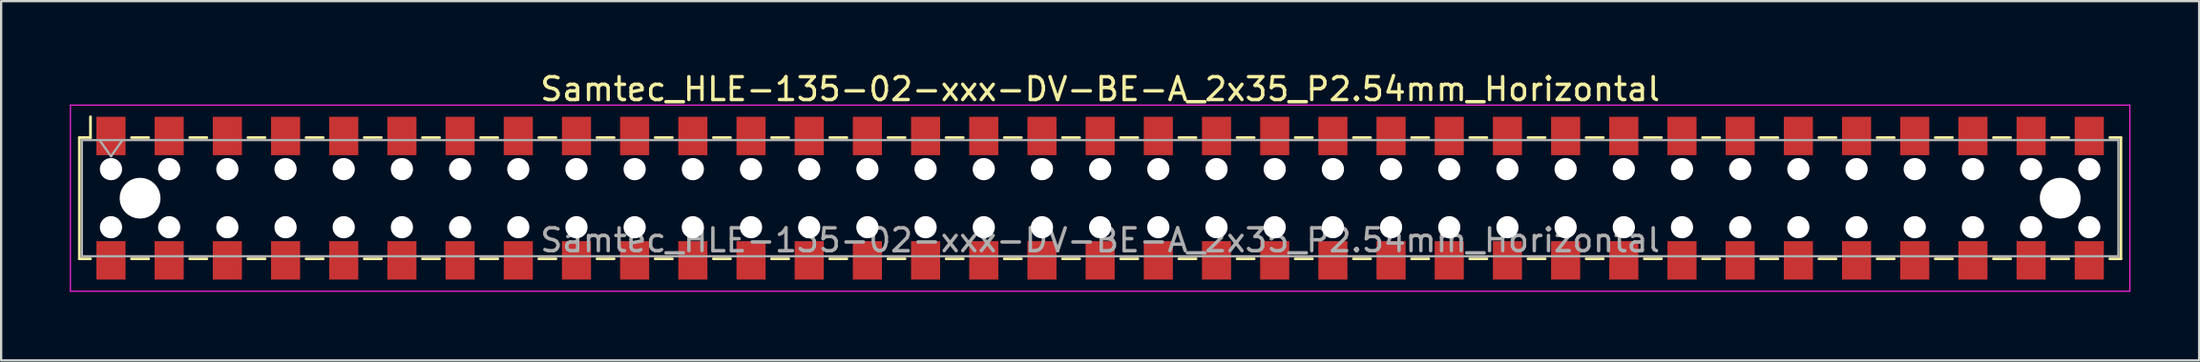
<source format=kicad_pcb>
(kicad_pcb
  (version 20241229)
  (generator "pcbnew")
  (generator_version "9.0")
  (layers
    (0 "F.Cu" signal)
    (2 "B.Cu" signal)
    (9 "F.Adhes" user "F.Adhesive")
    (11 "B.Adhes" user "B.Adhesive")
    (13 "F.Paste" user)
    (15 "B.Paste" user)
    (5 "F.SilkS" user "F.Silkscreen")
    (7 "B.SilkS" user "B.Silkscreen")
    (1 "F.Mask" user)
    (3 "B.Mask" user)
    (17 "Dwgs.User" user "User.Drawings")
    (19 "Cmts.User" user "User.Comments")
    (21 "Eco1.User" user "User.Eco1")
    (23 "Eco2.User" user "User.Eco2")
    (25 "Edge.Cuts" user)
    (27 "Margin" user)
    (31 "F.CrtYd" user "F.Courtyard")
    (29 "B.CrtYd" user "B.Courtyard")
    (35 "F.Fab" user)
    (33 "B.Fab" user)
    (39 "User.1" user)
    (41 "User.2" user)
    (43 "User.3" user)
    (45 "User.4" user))
  (footprint "Samtec_HLE-135-02-xxx-DV-BE-A_2x35_P2.54mm_Horizontal"
    (layer "F.Cu")
    (at 44.975 5.618)
    (property "Reference" "Samtec_HLE-135-02-xxx-DV-BE-A_2x35_P2.54mm_Horizontal" (at 0 -4.77 0) (layer "F.SilkS") (effects (font (size 1 1) (thickness 0.15))))
    (attr smd)
    (fp_line (start -44.56 -2.65) (end -44.56 2.65) (stroke (width 0.12) (type solid)) (layer "F.SilkS"))
    (fp_line (start -44.56 2.65) (end -44.075 2.65) (stroke (width 0.12) (type solid)) (layer "F.SilkS"))
    (fp_line (start -44.075 -3.56) (end -44.075 -2.65) (stroke (width 0.12) (type solid)) (layer "F.SilkS"))
    (fp_line (start -44.075 -2.65) (end -44.56 -2.65) (stroke (width 0.12) (type solid)) (layer "F.SilkS"))
    (fp_line (start -42.285 -2.65) (end -41.535 -2.65) (stroke (width 0.12) (type solid)) (layer "F.SilkS"))
    (fp_line (start -42.285 2.65) (end -41.535 2.65) (stroke (width 0.12) (type solid)) (layer "F.SilkS"))
    (fp_line (start -39.745 -2.65) (end -38.995 -2.65) (stroke (width 0.12) (type solid)) (layer "F.SilkS"))
    (fp_line (start -39.745 2.65) (end -38.995 2.65) (stroke (width 0.12) (type solid)) (layer "F.SilkS"))
    (fp_line (start -37.205 -2.65) (end -36.455 -2.65) (stroke (width 0.12) (type solid)) (layer "F.SilkS"))
    (fp_line (start -37.205 2.65) (end -36.455 2.65) (stroke (width 0.12) (type solid)) (layer "F.SilkS"))
    (fp_line (start -34.665 -2.65) (end -33.915 -2.65) (stroke (width 0.12) (type solid)) (layer "F.SilkS"))
    (fp_line (start -34.665 2.65) (end -33.915 2.65) (stroke (width 0.12) (type solid)) (layer "F.SilkS"))
    (fp_line (start -32.125 -2.65) (end -31.375 -2.65) (stroke (width 0.12) (type solid)) (layer "F.SilkS"))
    (fp_line (start -32.125 2.65) (end -31.375 2.65) (stroke (width 0.12) (type solid)) (layer "F.SilkS"))
    (fp_line (start -29.585 -2.65) (end -28.835 -2.65) (stroke (width 0.12) (type solid)) (layer "F.SilkS"))
    (fp_line (start -29.585 2.65) (end -28.835 2.65) (stroke (width 0.12) (type solid)) (layer "F.SilkS"))
    (fp_line (start -27.045 -2.65) (end -26.295 -2.65) (stroke (width 0.12) (type solid)) (layer "F.SilkS"))
    (fp_line (start -27.045 2.65) (end -26.295 2.65) (stroke (width 0.12) (type solid)) (layer "F.SilkS"))
    (fp_line (start -24.505 -2.65) (end -23.755 -2.65) (stroke (width 0.12) (type solid)) (layer "F.SilkS"))
    (fp_line (start -24.505 2.65) (end -23.755 2.65) (stroke (width 0.12) (type solid)) (layer "F.SilkS"))
    (fp_line (start -21.965 -2.65) (end -21.215 -2.65) (stroke (width 0.12) (type solid)) (layer "F.SilkS"))
    (fp_line (start -21.965 2.65) (end -21.215 2.65) (stroke (width 0.12) (type solid)) (layer "F.SilkS"))
    (fp_line (start -19.425 -2.65) (end -18.675 -2.65) (stroke (width 0.12) (type solid)) (layer "F.SilkS"))
    (fp_line (start -19.425 2.65) (end -18.675 2.65) (stroke (width 0.12) (type solid)) (layer "F.SilkS"))
    (fp_line (start -16.885 -2.65) (end -16.135 -2.65) (stroke (width 0.12) (type solid)) (layer "F.SilkS"))
    (fp_line (start -16.885 2.65) (end -16.135 2.65) (stroke (width 0.12) (type solid)) (layer "F.SilkS"))
    (fp_line (start -14.345 -2.65) (end -13.595 -2.65) (stroke (width 0.12) (type solid)) (layer "F.SilkS"))
    (fp_line (start -14.345 2.65) (end -13.595 2.65) (stroke (width 0.12) (type solid)) (layer "F.SilkS"))
    (fp_line (start -11.805 -2.65) (end -11.055 -2.65) (stroke (width 0.12) (type solid)) (layer "F.SilkS"))
    (fp_line (start -11.805 2.65) (end -11.055 2.65) (stroke (width 0.12) (type solid)) (layer "F.SilkS"))
    (fp_line (start -9.265 -2.65) (end -8.515 -2.65) (stroke (width 0.12) (type solid)) (layer "F.SilkS"))
    (fp_line (start -9.265 2.65) (end -8.515 2.65) (stroke (width 0.12) (type solid)) (layer "F.SilkS"))
    (fp_line (start -6.725 -2.65) (end -5.975 -2.65) (stroke (width 0.12) (type solid)) (layer "F.SilkS"))
    (fp_line (start -6.725 2.65) (end -5.975 2.65) (stroke (width 0.12) (type solid)) (layer "F.SilkS"))
    (fp_line (start -4.185 -2.65) (end -3.435 -2.65) (stroke (width 0.12) (type solid)) (layer "F.SilkS"))
    (fp_line (start -4.185 2.65) (end -3.435 2.65) (stroke (width 0.12) (type solid)) (layer "F.SilkS"))
    (fp_line (start -1.645 -2.65) (end -0.895 -2.65) (stroke (width 0.12) (type solid)) (layer "F.SilkS"))
    (fp_line (start -1.645 2.65) (end -0.895 2.65) (stroke (width 0.12) (type solid)) (layer "F.SilkS"))
    (fp_line (start 0.895 -2.65) (end 1.645 -2.65) (stroke (width 0.12) (type solid)) (layer "F.SilkS"))
    (fp_line (start 0.895 2.65) (end 1.645 2.65) (stroke (width 0.12) (type solid)) (layer "F.SilkS"))
    (fp_line (start 3.435 -2.65) (end 4.185 -2.65) (stroke (width 0.12) (type solid)) (layer "F.SilkS"))
    (fp_line (start 3.435 2.65) (end 4.185 2.65) (stroke (width 0.12) (type solid)) (layer "F.SilkS"))
    (fp_line (start 5.975 -2.65) (end 6.725 -2.65) (stroke (width 0.12) (type solid)) (layer "F.SilkS"))
    (fp_line (start 5.975 2.65) (end 6.725 2.65) (stroke (width 0.12) (type solid)) (layer "F.SilkS"))
    (fp_line (start 8.515 -2.65) (end 9.265 -2.65) (stroke (width 0.12) (type solid)) (layer "F.SilkS"))
    (fp_line (start 8.515 2.65) (end 9.265 2.65) (stroke (width 0.12) (type solid)) (layer "F.SilkS"))
    (fp_line (start 11.055 -2.65) (end 11.805 -2.65) (stroke (width 0.12) (type solid)) (layer "F.SilkS"))
    (fp_line (start 11.055 2.65) (end 11.805 2.65) (stroke (width 0.12) (type solid)) (layer "F.SilkS"))
    (fp_line (start 13.595 -2.65) (end 14.345 -2.65) (stroke (width 0.12) (type solid)) (layer "F.SilkS"))
    (fp_line (start 13.595 2.65) (end 14.345 2.65) (stroke (width 0.12) (type solid)) (layer "F.SilkS"))
    (fp_line (start 16.135 -2.65) (end 16.885 -2.65) (stroke (width 0.12) (type solid)) (layer "F.SilkS"))
    (fp_line (start 16.135 2.65) (end 16.885 2.65) (stroke (width 0.12) (type solid)) (layer "F.SilkS"))
    (fp_line (start 18.675 -2.65) (end 19.425 -2.65) (stroke (width 0.12) (type solid)) (layer "F.SilkS"))
    (fp_line (start 18.675 2.65) (end 19.425 2.65) (stroke (width 0.12) (type solid)) (layer "F.SilkS"))
    (fp_line (start 21.215 -2.65) (end 21.965 -2.65) (stroke (width 0.12) (type solid)) (layer "F.SilkS"))
    (fp_line (start 21.215 2.65) (end 21.965 2.65) (stroke (width 0.12) (type solid)) (layer "F.SilkS"))
    (fp_line (start 23.755 -2.65) (end 24.505 -2.65) (stroke (width 0.12) (type solid)) (layer "F.SilkS"))
    (fp_line (start 23.755 2.65) (end 24.505 2.65) (stroke (width 0.12) (type solid)) (layer "F.SilkS"))
    (fp_line (start 26.295 -2.65) (end 27.045 -2.65) (stroke (width 0.12) (type solid)) (layer "F.SilkS"))
    (fp_line (start 26.295 2.65) (end 27.045 2.65) (stroke (width 0.12) (type solid)) (layer "F.SilkS"))
    (fp_line (start 28.835 -2.65) (end 29.585 -2.65) (stroke (width 0.12) (type solid)) (layer "F.SilkS"))
    (fp_line (start 28.835 2.65) (end 29.585 2.65) (stroke (width 0.12) (type solid)) (layer "F.SilkS"))
    (fp_line (start 31.375 -2.65) (end 32.125 -2.65) (stroke (width 0.12) (type solid)) (layer "F.SilkS"))
    (fp_line (start 31.375 2.65) (end 32.125 2.65) (stroke (width 0.12) (type solid)) (layer "F.SilkS"))
    (fp_line (start 33.915 -2.65) (end 34.665 -2.65) (stroke (width 0.12) (type solid)) (layer "F.SilkS"))
    (fp_line (start 33.915 2.65) (end 34.665 2.65) (stroke (width 0.12) (type solid)) (layer "F.SilkS"))
    (fp_line (start 36.455 -2.65) (end 37.205 -2.65) (stroke (width 0.12) (type solid)) (layer "F.SilkS"))
    (fp_line (start 36.455 2.65) (end 37.205 2.65) (stroke (width 0.12) (type solid)) (layer "F.SilkS"))
    (fp_line (start 38.995 -2.65) (end 39.745 -2.65) (stroke (width 0.12) (type solid)) (layer "F.SilkS"))
    (fp_line (start 38.995 2.65) (end 39.745 2.65) (stroke (width 0.12) (type solid)) (layer "F.SilkS"))
    (fp_line (start 41.535 -2.65) (end 42.285 -2.65) (stroke (width 0.12) (type solid)) (layer "F.SilkS"))
    (fp_line (start 41.535 2.65) (end 42.285 2.65) (stroke (width 0.12) (type solid)) (layer "F.SilkS"))
    (fp_line (start 44.075 -2.65) (end 44.56 -2.65) (stroke (width 0.12) (type solid)) (layer "F.SilkS"))
    (fp_line (start 44.56 -2.65) (end 44.56 2.65) (stroke (width 0.12) (type solid)) (layer "F.SilkS"))
    (fp_line (start 44.56 2.65) (end 44.075 2.65) (stroke (width 0.12) (type solid)) (layer "F.SilkS"))
    (fp_line (start -44.95 -4.07) (end 44.95 -4.07) (stroke (width 0.05) (type solid)) (layer "F.CrtYd"))
    (fp_line (start -44.95 4.07) (end -44.95 -4.07) (stroke (width 0.05) (type solid)) (layer "F.CrtYd"))
    (fp_line (start 44.95 -4.07) (end 44.95 4.07) (stroke (width 0.05) (type solid)) (layer "F.CrtYd"))
    (fp_line (start 44.95 4.07) (end -44.95 4.07) (stroke (width 0.05) (type solid)) (layer "F.CrtYd"))
    (fp_line (start -44.45 -2.54) (end 44.45 -2.54) (stroke (width 0.1) (type solid)) (layer "F.Fab"))
    (fp_line (start -44.45 2.54) (end -44.45 -2.54) (stroke (width 0.1) (type solid)) (layer "F.Fab"))
    (fp_line (start -43.68 -2.54) (end -43.18 -1.833) (stroke (width 0.1) (type solid)) (layer "F.Fab"))
    (fp_line (start -43.18 -1.833) (end -42.68 -2.54) (stroke (width 0.1) (type solid)) (layer "F.Fab"))
    (fp_line (start 44.45 -2.54) (end 44.45 2.54) (stroke (width 0.1) (type solid)) (layer "F.Fab"))
    (fp_line (start 44.45 2.54) (end -44.45 2.54) (stroke (width 0.1) (type solid)) (layer "F.Fab"))
    (fp_text user "${REFERENCE}" (at 0 1.84 0) (layer "F.Fab") (effects (font (size 1 1) (thickness 0.15))))
    (pad "" np_thru_hole circle (at -43.18 -1.27) (size 0.97 0.97) (drill 0.97) (layers "*.Cu" "*.Mask"))
    (pad "" np_thru_hole circle (at -43.18 1.27) (size 0.97 0.97) (drill 0.97) (layers "*.Cu" "*.Mask"))
    (pad "" np_thru_hole circle (at -41.91 0) (size 1.78 1.78) (drill 1.78) (layers "*.Cu" "*.Mask"))
    (pad "" np_thru_hole circle (at -40.64 -1.27) (size 0.97 0.97) (drill 0.97) (layers "*.Cu" "*.Mask"))
    (pad "" np_thru_hole circle (at -40.64 1.27) (size 0.97 0.97) (drill 0.97) (layers "*.Cu" "*.Mask"))
    (pad "" np_thru_hole circle (at -38.1 -1.27) (size 0.97 0.97) (drill 0.97) (layers "*.Cu" "*.Mask"))
    (pad "" np_thru_hole circle (at -38.1 1.27) (size 0.97 0.97) (drill 0.97) (layers "*.Cu" "*.Mask"))
    (pad "" np_thru_hole circle (at -35.56 -1.27) (size 0.97 0.97) (drill 0.97) (layers "*.Cu" "*.Mask"))
    (pad "" np_thru_hole circle (at -35.56 1.27) (size 0.97 0.97) (drill 0.97) (layers "*.Cu" "*.Mask"))
    (pad "" np_thru_hole circle (at -33.02 -1.27) (size 0.97 0.97) (drill 0.97) (layers "*.Cu" "*.Mask"))
    (pad "" np_thru_hole circle (at -33.02 1.27) (size 0.97 0.97) (drill 0.97) (layers "*.Cu" "*.Mask"))
    (pad "" np_thru_hole circle (at -30.48 -1.27) (size 0.97 0.97) (drill 0.97) (layers "*.Cu" "*.Mask"))
    (pad "" np_thru_hole circle (at -30.48 1.27) (size 0.97 0.97) (drill 0.97) (layers "*.Cu" "*.Mask"))
    (pad "" np_thru_hole circle (at -27.94 -1.27) (size 0.97 0.97) (drill 0.97) (layers "*.Cu" "*.Mask"))
    (pad "" np_thru_hole circle (at -27.94 1.27) (size 0.97 0.97) (drill 0.97) (layers "*.Cu" "*.Mask"))
    (pad "" np_thru_hole circle (at -25.4 -1.27) (size 0.97 0.97) (drill 0.97) (layers "*.Cu" "*.Mask"))
    (pad "" np_thru_hole circle (at -25.4 1.27) (size 0.97 0.97) (drill 0.97) (layers "*.Cu" "*.Mask"))
    (pad "" np_thru_hole circle (at -22.86 -1.27) (size 0.97 0.97) (drill 0.97) (layers "*.Cu" "*.Mask"))
    (pad "" np_thru_hole circle (at -22.86 1.27) (size 0.97 0.97) (drill 0.97) (layers "*.Cu" "*.Mask"))
    (pad "" np_thru_hole circle (at -20.32 -1.27) (size 0.97 0.97) (drill 0.97) (layers "*.Cu" "*.Mask"))
    (pad "" np_thru_hole circle (at -20.32 1.27) (size 0.97 0.97) (drill 0.97) (layers "*.Cu" "*.Mask"))
    (pad "" np_thru_hole circle (at -17.78 -1.27) (size 0.97 0.97) (drill 0.97) (layers "*.Cu" "*.Mask"))
    (pad "" np_thru_hole circle (at -17.78 1.27) (size 0.97 0.97) (drill 0.97) (layers "*.Cu" "*.Mask"))
    (pad "" np_thru_hole circle (at -15.24 -1.27) (size 0.97 0.97) (drill 0.97) (layers "*.Cu" "*.Mask"))
    (pad "" np_thru_hole circle (at -15.24 1.27) (size 0.97 0.97) (drill 0.97) (layers "*.Cu" "*.Mask"))
    (pad "" np_thru_hole circle (at -12.7 -1.27) (size 0.97 0.97) (drill 0.97) (layers "*.Cu" "*.Mask"))
    (pad "" np_thru_hole circle (at -12.7 1.27) (size 0.97 0.97) (drill 0.97) (layers "*.Cu" "*.Mask"))
    (pad "" np_thru_hole circle (at -10.16 -1.27) (size 0.97 0.97) (drill 0.97) (layers "*.Cu" "*.Mask"))
    (pad "" np_thru_hole circle (at -10.16 1.27) (size 0.97 0.97) (drill 0.97) (layers "*.Cu" "*.Mask"))
    (pad "" np_thru_hole circle (at -7.62 -1.27) (size 0.97 0.97) (drill 0.97) (layers "*.Cu" "*.Mask"))
    (pad "" np_thru_hole circle (at -7.62 1.27) (size 0.97 0.97) (drill 0.97) (layers "*.Cu" "*.Mask"))
    (pad "" np_thru_hole circle (at -5.08 -1.27) (size 0.97 0.97) (drill 0.97) (layers "*.Cu" "*.Mask"))
    (pad "" np_thru_hole circle (at -5.08 1.27) (size 0.97 0.97) (drill 0.97) (layers "*.Cu" "*.Mask"))
    (pad "" np_thru_hole circle (at -2.54 -1.27) (size 0.97 0.97) (drill 0.97) (layers "*.Cu" "*.Mask"))
    (pad "" np_thru_hole circle (at -2.54 1.27) (size 0.97 0.97) (drill 0.97) (layers "*.Cu" "*.Mask"))
    (pad "" np_thru_hole circle (at 0 -1.27) (size 0.97 0.97) (drill 0.97) (layers "*.Cu" "*.Mask"))
    (pad "" np_thru_hole circle (at 0 1.27) (size 0.97 0.97) (drill 0.97) (layers "*.Cu" "*.Mask"))
    (pad "" np_thru_hole circle (at 2.54 -1.27) (size 0.97 0.97) (drill 0.97) (layers "*.Cu" "*.Mask"))
    (pad "" np_thru_hole circle (at 2.54 1.27) (size 0.97 0.97) (drill 0.97) (layers "*.Cu" "*.Mask"))
    (pad "" np_thru_hole circle (at 5.08 -1.27) (size 0.97 0.97) (drill 0.97) (layers "*.Cu" "*.Mask"))
    (pad "" np_thru_hole circle (at 5.08 1.27) (size 0.97 0.97) (drill 0.97) (layers "*.Cu" "*.Mask"))
    (pad "" np_thru_hole circle (at 7.62 -1.27) (size 0.97 0.97) (drill 0.97) (layers "*.Cu" "*.Mask"))
    (pad "" np_thru_hole circle (at 7.62 1.27) (size 0.97 0.97) (drill 0.97) (layers "*.Cu" "*.Mask"))
    (pad "" np_thru_hole circle (at 10.16 -1.27) (size 0.97 0.97) (drill 0.97) (layers "*.Cu" "*.Mask"))
    (pad "" np_thru_hole circle (at 10.16 1.27) (size 0.97 0.97) (drill 0.97) (layers "*.Cu" "*.Mask"))
    (pad "" np_thru_hole circle (at 12.7 -1.27) (size 0.97 0.97) (drill 0.97) (layers "*.Cu" "*.Mask"))
    (pad "" np_thru_hole circle (at 12.7 1.27) (size 0.97 0.97) (drill 0.97) (layers "*.Cu" "*.Mask"))
    (pad "" np_thru_hole circle (at 15.24 -1.27) (size 0.97 0.97) (drill 0.97) (layers "*.Cu" "*.Mask"))
    (pad "" np_thru_hole circle (at 15.24 1.27) (size 0.97 0.97) (drill 0.97) (layers "*.Cu" "*.Mask"))
    (pad "" np_thru_hole circle (at 17.78 -1.27) (size 0.97 0.97) (drill 0.97) (layers "*.Cu" "*.Mask"))
    (pad "" np_thru_hole circle (at 17.78 1.27) (size 0.97 0.97) (drill 0.97) (layers "*.Cu" "*.Mask"))
    (pad "" np_thru_hole circle (at 20.32 -1.27) (size 0.97 0.97) (drill 0.97) (layers "*.Cu" "*.Mask"))
    (pad "" np_thru_hole circle (at 20.32 1.27) (size 0.97 0.97) (drill 0.97) (layers "*.Cu" "*.Mask"))
    (pad "" np_thru_hole circle (at 22.86 -1.27) (size 0.97 0.97) (drill 0.97) (layers "*.Cu" "*.Mask"))
    (pad "" np_thru_hole circle (at 22.86 1.27) (size 0.97 0.97) (drill 0.97) (layers "*.Cu" "*.Mask"))
    (pad "" np_thru_hole circle (at 25.4 -1.27) (size 0.97 0.97) (drill 0.97) (layers "*.Cu" "*.Mask"))
    (pad "" np_thru_hole circle (at 25.4 1.27) (size 0.97 0.97) (drill 0.97) (layers "*.Cu" "*.Mask"))
    (pad "" np_thru_hole circle (at 27.94 -1.27) (size 0.97 0.97) (drill 0.97) (layers "*.Cu" "*.Mask"))
    (pad "" np_thru_hole circle (at 27.94 1.27) (size 0.97 0.97) (drill 0.97) (layers "*.Cu" "*.Mask"))
    (pad "" np_thru_hole circle (at 30.48 -1.27) (size 0.97 0.97) (drill 0.97) (layers "*.Cu" "*.Mask"))
    (pad "" np_thru_hole circle (at 30.48 1.27) (size 0.97 0.97) (drill 0.97) (layers "*.Cu" "*.Mask"))
    (pad "" np_thru_hole circle (at 33.02 -1.27) (size 0.97 0.97) (drill 0.97) (layers "*.Cu" "*.Mask"))
    (pad "" np_thru_hole circle (at 33.02 1.27) (size 0.97 0.97) (drill 0.97) (layers "*.Cu" "*.Mask"))
    (pad "" np_thru_hole circle (at 35.56 -1.27) (size 0.97 0.97) (drill 0.97) (layers "*.Cu" "*.Mask"))
    (pad "" np_thru_hole circle (at 35.56 1.27) (size 0.97 0.97) (drill 0.97) (layers "*.Cu" "*.Mask"))
    (pad "" np_thru_hole circle (at 38.1 -1.27) (size 0.97 0.97) (drill 0.97) (layers "*.Cu" "*.Mask"))
    (pad "" np_thru_hole circle (at 38.1 1.27) (size 0.97 0.97) (drill 0.97) (layers "*.Cu" "*.Mask"))
    (pad "" np_thru_hole circle (at 40.64 -1.27) (size 0.97 0.97) (drill 0.97) (layers "*.Cu" "*.Mask"))
    (pad "" np_thru_hole circle (at 40.64 1.27) (size 0.97 0.97) (drill 0.97) (layers "*.Cu" "*.Mask"))
    (pad "" np_thru_hole circle (at 41.91 0) (size 1.78 1.78) (drill 1.78) (layers "*.Cu" "*.Mask"))
    (pad "" np_thru_hole circle (at 43.18 -1.27) (size 0.97 0.97) (drill 0.97) (layers "*.Cu" "*.Mask"))
    (pad "" np_thru_hole circle (at 43.18 1.27) (size 0.97 0.97) (drill 0.97) (layers "*.Cu" "*.Mask"))
    (pad "1" smd rect (at -43.18 -2.72) (size 1.27 1.68) (layers "F.Cu" "F.Mask" "F.Paste"))
    (pad "2" smd rect (at -43.18 2.72) (size 1.27 1.68) (layers "F.Cu" "F.Mask" "F.Paste"))
    (pad "3" smd rect (at -40.64 -2.72) (size 1.27 1.68) (layers "F.Cu" "F.Mask" "F.Paste"))
    (pad "4" smd rect (at -40.64 2.72) (size 1.27 1.68) (layers "F.Cu" "F.Mask" "F.Paste"))
    (pad "5" smd rect (at -38.1 -2.72) (size 1.27 1.68) (layers "F.Cu" "F.Mask" "F.Paste"))
    (pad "6" smd rect (at -38.1 2.72) (size 1.27 1.68) (layers "F.Cu" "F.Mask" "F.Paste"))
    (pad "7" smd rect (at -35.56 -2.72) (size 1.27 1.68) (layers "F.Cu" "F.Mask" "F.Paste"))
    (pad "8" smd rect (at -35.56 2.72) (size 1.27 1.68) (layers "F.Cu" "F.Mask" "F.Paste"))
    (pad "9" smd rect (at -33.02 -2.72) (size 1.27 1.68) (layers "F.Cu" "F.Mask" "F.Paste"))
    (pad "10" smd rect (at -33.02 2.72) (size 1.27 1.68) (layers "F.Cu" "F.Mask" "F.Paste"))
    (pad "11" smd rect (at -30.48 -2.72) (size 1.27 1.68) (layers "F.Cu" "F.Mask" "F.Paste"))
    (pad "12" smd rect (at -30.48 2.72) (size 1.27 1.68) (layers "F.Cu" "F.Mask" "F.Paste"))
    (pad "13" smd rect (at -27.94 -2.72) (size 1.27 1.68) (layers "F.Cu" "F.Mask" "F.Paste"))
    (pad "14" smd rect (at -27.94 2.72) (size 1.27 1.68) (layers "F.Cu" "F.Mask" "F.Paste"))
    (pad "15" smd rect (at -25.4 -2.72) (size 1.27 1.68) (layers "F.Cu" "F.Mask" "F.Paste"))
    (pad "16" smd rect (at -25.4 2.72) (size 1.27 1.68) (layers "F.Cu" "F.Mask" "F.Paste"))
    (pad "17" smd rect (at -22.86 -2.72) (size 1.27 1.68) (layers "F.Cu" "F.Mask" "F.Paste"))
    (pad "18" smd rect (at -22.86 2.72) (size 1.27 1.68) (layers "F.Cu" "F.Mask" "F.Paste"))
    (pad "19" smd rect (at -20.32 -2.72) (size 1.27 1.68) (layers "F.Cu" "F.Mask" "F.Paste"))
    (pad "20" smd rect (at -20.32 2.72) (size 1.27 1.68) (layers "F.Cu" "F.Mask" "F.Paste"))
    (pad "21" smd rect (at -17.78 -2.72) (size 1.27 1.68) (layers "F.Cu" "F.Mask" "F.Paste"))
    (pad "22" smd rect (at -17.78 2.72) (size 1.27 1.68) (layers "F.Cu" "F.Mask" "F.Paste"))
    (pad "23" smd rect (at -15.24 -2.72) (size 1.27 1.68) (layers "F.Cu" "F.Mask" "F.Paste"))
    (pad "24" smd rect (at -15.24 2.72) (size 1.27 1.68) (layers "F.Cu" "F.Mask" "F.Paste"))
    (pad "25" smd rect (at -12.7 -2.72) (size 1.27 1.68) (layers "F.Cu" "F.Mask" "F.Paste"))
    (pad "26" smd rect (at -12.7 2.72) (size 1.27 1.68) (layers "F.Cu" "F.Mask" "F.Paste"))
    (pad "27" smd rect (at -10.16 -2.72) (size 1.27 1.68) (layers "F.Cu" "F.Mask" "F.Paste"))
    (pad "28" smd rect (at -10.16 2.72) (size 1.27 1.68) (layers "F.Cu" "F.Mask" "F.Paste"))
    (pad "29" smd rect (at -7.62 -2.72) (size 1.27 1.68) (layers "F.Cu" "F.Mask" "F.Paste"))
    (pad "30" smd rect (at -7.62 2.72) (size 1.27 1.68) (layers "F.Cu" "F.Mask" "F.Paste"))
    (pad "31" smd rect (at -5.08 -2.72) (size 1.27 1.68) (layers "F.Cu" "F.Mask" "F.Paste"))
    (pad "32" smd rect (at -5.08 2.72) (size 1.27 1.68) (layers "F.Cu" "F.Mask" "F.Paste"))
    (pad "33" smd rect (at -2.54 -2.72) (size 1.27 1.68) (layers "F.Cu" "F.Mask" "F.Paste"))
    (pad "34" smd rect (at -2.54 2.72) (size 1.27 1.68) (layers "F.Cu" "F.Mask" "F.Paste"))
    (pad "35" smd rect (at 0 -2.72) (size 1.27 1.68) (layers "F.Cu" "F.Mask" "F.Paste"))
    (pad "36" smd rect (at 0 2.72) (size 1.27 1.68) (layers "F.Cu" "F.Mask" "F.Paste"))
    (pad "37" smd rect (at 2.54 -2.72) (size 1.27 1.68) (layers "F.Cu" "F.Mask" "F.Paste"))
    (pad "38" smd rect (at 2.54 2.72) (size 1.27 1.68) (layers "F.Cu" "F.Mask" "F.Paste"))
    (pad "39" smd rect (at 5.08 -2.72) (size 1.27 1.68) (layers "F.Cu" "F.Mask" "F.Paste"))
    (pad "40" smd rect (at 5.08 2.72) (size 1.27 1.68) (layers "F.Cu" "F.Mask" "F.Paste"))
    (pad "41" smd rect (at 7.62 -2.72) (size 1.27 1.68) (layers "F.Cu" "F.Mask" "F.Paste"))
    (pad "42" smd rect (at 7.62 2.72) (size 1.27 1.68) (layers "F.Cu" "F.Mask" "F.Paste"))
    (pad "43" smd rect (at 10.16 -2.72) (size 1.27 1.68) (layers "F.Cu" "F.Mask" "F.Paste"))
    (pad "44" smd rect (at 10.16 2.72) (size 1.27 1.68) (layers "F.Cu" "F.Mask" "F.Paste"))
    (pad "45" smd rect (at 12.7 -2.72) (size 1.27 1.68) (layers "F.Cu" "F.Mask" "F.Paste"))
    (pad "46" smd rect (at 12.7 2.72) (size 1.27 1.68) (layers "F.Cu" "F.Mask" "F.Paste"))
    (pad "47" smd rect (at 15.24 -2.72) (size 1.27 1.68) (layers "F.Cu" "F.Mask" "F.Paste"))
    (pad "48" smd rect (at 15.24 2.72) (size 1.27 1.68) (layers "F.Cu" "F.Mask" "F.Paste"))
    (pad "49" smd rect (at 17.78 -2.72) (size 1.27 1.68) (layers "F.Cu" "F.Mask" "F.Paste"))
    (pad "50" smd rect (at 17.78 2.72) (size 1.27 1.68) (layers "F.Cu" "F.Mask" "F.Paste"))
    (pad "51" smd rect (at 20.32 -2.72) (size 1.27 1.68) (layers "F.Cu" "F.Mask" "F.Paste"))
    (pad "52" smd rect (at 20.32 2.72) (size 1.27 1.68) (layers "F.Cu" "F.Mask" "F.Paste"))
    (pad "53" smd rect (at 22.86 -2.72) (size 1.27 1.68) (layers "F.Cu" "F.Mask" "F.Paste"))
    (pad "54" smd rect (at 22.86 2.72) (size 1.27 1.68) (layers "F.Cu" "F.Mask" "F.Paste"))
    (pad "55" smd rect (at 25.4 -2.72) (size 1.27 1.68) (layers "F.Cu" "F.Mask" "F.Paste"))
    (pad "56" smd rect (at 25.4 2.72) (size 1.27 1.68) (layers "F.Cu" "F.Mask" "F.Paste"))
    (pad "57" smd rect (at 27.94 -2.72) (size 1.27 1.68) (layers "F.Cu" "F.Mask" "F.Paste"))
    (pad "58" smd rect (at 27.94 2.72) (size 1.27 1.68) (layers "F.Cu" "F.Mask" "F.Paste"))
    (pad "59" smd rect (at 30.48 -2.72) (size 1.27 1.68) (layers "F.Cu" "F.Mask" "F.Paste"))
    (pad "60" smd rect (at 30.48 2.72) (size 1.27 1.68) (layers "F.Cu" "F.Mask" "F.Paste"))
    (pad "61" smd rect (at 33.02 -2.72) (size 1.27 1.68) (layers "F.Cu" "F.Mask" "F.Paste"))
    (pad "62" smd rect (at 33.02 2.72) (size 1.27 1.68) (layers "F.Cu" "F.Mask" "F.Paste"))
    (pad "63" smd rect (at 35.56 -2.72) (size 1.27 1.68) (layers "F.Cu" "F.Mask" "F.Paste"))
    (pad "64" smd rect (at 35.56 2.72) (size 1.27 1.68) (layers "F.Cu" "F.Mask" "F.Paste"))
    (pad "65" smd rect (at 38.1 -2.72) (size 1.27 1.68) (layers "F.Cu" "F.Mask" "F.Paste"))
    (pad "66" smd rect (at 38.1 2.72) (size 1.27 1.68) (layers "F.Cu" "F.Mask" "F.Paste"))
    (pad "67" smd rect (at 40.64 -2.72) (size 1.27 1.68) (layers "F.Cu" "F.Mask" "F.Paste"))
    (pad "68" smd rect (at 40.64 2.72) (size 1.27 1.68) (layers "F.Cu" "F.Mask" "F.Paste"))
    (pad "69" smd rect (at 43.18 -2.72) (size 1.27 1.68) (layers "F.Cu" "F.Mask" "F.Paste"))
    (pad "70" smd rect (at 43.18 2.72) (size 1.27 1.68) (layers "F.Cu" "F.Mask" "F.Paste")))
  (gr_rect
    (start -3 -3)
    (end 92.95 12.713)
    (stroke (width 0.1) (type default))
    (fill no)
    (layer "Edge.Cuts")))
</source>
